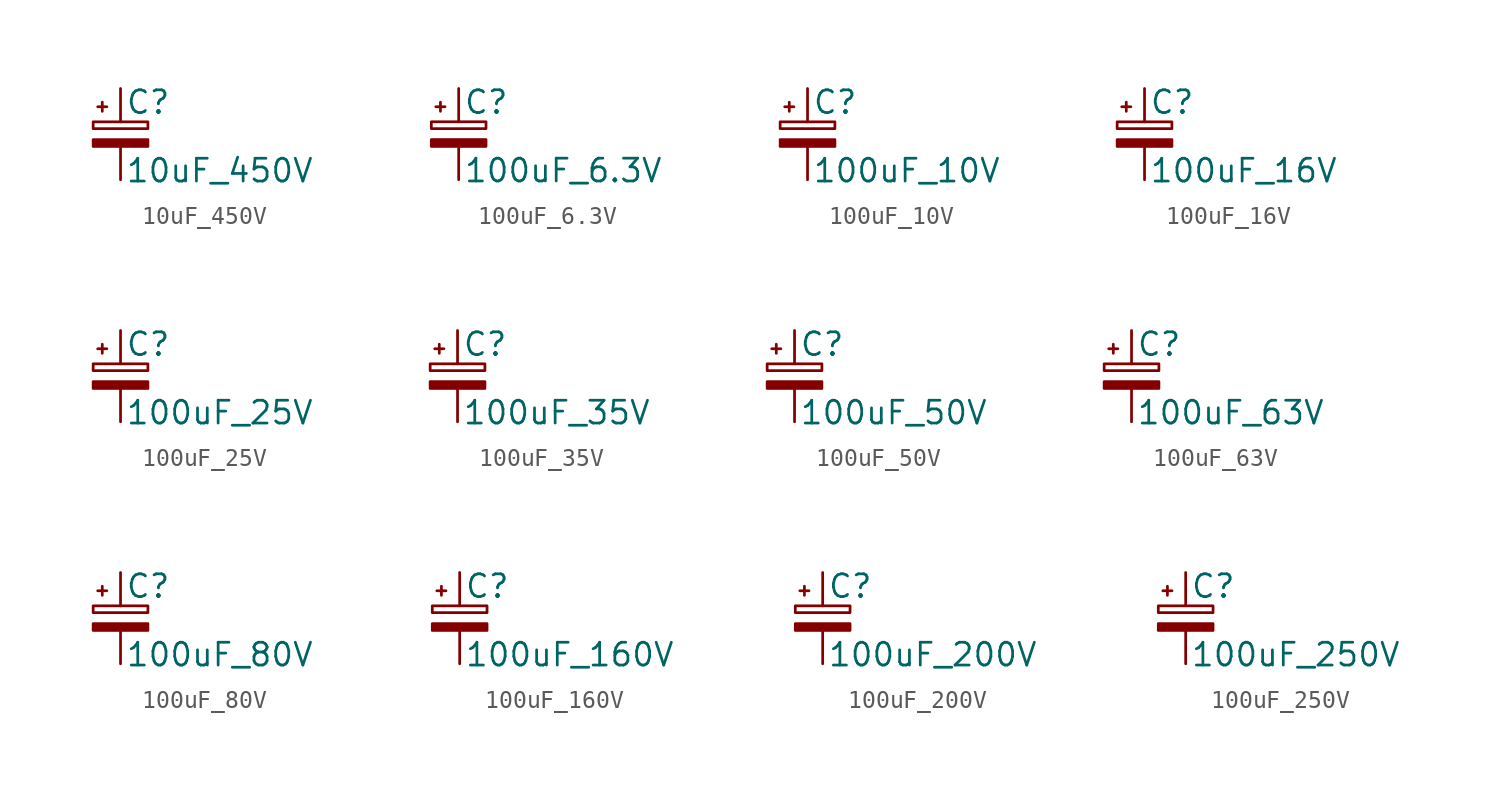
<source format=kicad_sym>
(kicad_symbol_lib
  (version 20211014)
  (generator kicad_symbol_editor)
  (symbol "10uF_450V"
    (pin_numbers hide)
    (pin_names
      (offset 0.254) hide)
    (property "Reference" "C"
      (at 0.254 1.778 0)
      (effects (font (size 1.27 1.27)) (justify left)))
    (property "Value" "10uF_450V"
      (at 0.254 -2.032 0)
      (effects (font (size 1.27 1.27)) (justify left)))
    (symbol "10uF_450V_0_1"
      (rectangle (start -1.524 -0.305) (end 1.524 -0.686) (stroke (width 0) (type default) (color 0 0 0 0)) (fill (type outline)))
      (rectangle (start -1.524 0.686) (end 1.524 0.305) (stroke (width 0) (type default) (color 0 0 0 0)) (fill (type none)))
      (polyline (pts (xy -1.27 1.524) (xy -0.762 1.524)) (stroke (width 0) (type default) (color 0 0 0 0)) (fill (type none)))
      (polyline (pts (xy -1.016 1.27) (xy -1.016 1.778)) (stroke (width 0) (type default) (color 0 0 0 0)) (fill (type none))))
    (symbol "10uF_450V_1_1"
      (pin passive line (at 0 2.54 270) (length 1.854) (name "~" (effects (font (size 1.27 1.27)))) (number "1" (effects (font (size 1.27 1.27)))))
      (pin passive line (at 0 -2.54 90) (length 1.854) (name "~" (effects (font (size 1.27 1.27)))) (number "2" (effects (font (size 1.27 1.27)))))))
  (symbol "100uF_6.3V"
    (pin_numbers hide)
    (pin_names
      (offset 0.254) hide)
    (property "Reference" "C"
      (at 0.254 1.778 0)
      (effects (font (size 1.27 1.27)) (justify left)))
    (property "Value" "100uF_6.3V"
      (at 0.254 -2.032 0)
      (effects (font (size 1.27 1.27)) (justify left)))
    (symbol "100uF_6.3V_0_1"
      (rectangle (start -1.524 -0.305) (end 1.524 -0.686) (stroke (width 0) (type default) (color 0 0 0 0)) (fill (type outline)))
      (rectangle (start -1.524 0.686) (end 1.524 0.305) (stroke (width 0) (type default) (color 0 0 0 0)) (fill (type none)))
      (polyline (pts (xy -1.27 1.524) (xy -0.762 1.524)) (stroke (width 0) (type default) (color 0 0 0 0)) (fill (type none)))
      (polyline (pts (xy -1.016 1.27) (xy -1.016 1.778)) (stroke (width 0) (type default) (color 0 0 0 0)) (fill (type none))))
    (symbol "100uF_6.3V_1_1"
      (pin passive line (at 0 2.54 270) (length 1.854) (name "~" (effects (font (size 1.27 1.27)))) (number "1" (effects (font (size 1.27 1.27)))))
      (pin passive line (at 0 -2.54 90) (length 1.854) (name "~" (effects (font (size 1.27 1.27)))) (number "2" (effects (font (size 1.27 1.27)))))))
  (symbol "100uF_10V"
    (pin_numbers hide)
    (pin_names
      (offset 0.254) hide)
    (property "Reference" "C"
      (at 0.254 1.778 0)
      (effects (font (size 1.27 1.27)) (justify left)))
    (property "Value" "100uF_10V"
      (at 0.254 -2.032 0)
      (effects (font (size 1.27 1.27)) (justify left)))
    (symbol "100uF_10V_0_1"
      (rectangle (start -1.524 -0.305) (end 1.524 -0.686) (stroke (width 0) (type default) (color 0 0 0 0)) (fill (type outline)))
      (rectangle (start -1.524 0.686) (end 1.524 0.305) (stroke (width 0) (type default) (color 0 0 0 0)) (fill (type none)))
      (polyline (pts (xy -1.27 1.524) (xy -0.762 1.524)) (stroke (width 0) (type default) (color 0 0 0 0)) (fill (type none)))
      (polyline (pts (xy -1.016 1.27) (xy -1.016 1.778)) (stroke (width 0) (type default) (color 0 0 0 0)) (fill (type none))))
    (symbol "100uF_10V_1_1"
      (pin passive line (at 0 2.54 270) (length 1.854) (name "~" (effects (font (size 1.27 1.27)))) (number "1" (effects (font (size 1.27 1.27)))))
      (pin passive line (at 0 -2.54 90) (length 1.854) (name "~" (effects (font (size 1.27 1.27)))) (number "2" (effects (font (size 1.27 1.27)))))))
  (symbol "100uF_16V"
    (pin_numbers hide)
    (pin_names
      (offset 0.254) hide)
    (property "Reference" "C"
      (at 0.254 1.778 0)
      (effects (font (size 1.27 1.27)) (justify left)))
    (property "Value" "100uF_16V"
      (at 0.254 -2.032 0)
      (effects (font (size 1.27 1.27)) (justify left)))
    (symbol "100uF_16V_0_1"
      (rectangle (start -1.524 -0.305) (end 1.524 -0.686) (stroke (width 0) (type default) (color 0 0 0 0)) (fill (type outline)))
      (rectangle (start -1.524 0.686) (end 1.524 0.305) (stroke (width 0) (type default) (color 0 0 0 0)) (fill (type none)))
      (polyline (pts (xy -1.27 1.524) (xy -0.762 1.524)) (stroke (width 0) (type default) (color 0 0 0 0)) (fill (type none)))
      (polyline (pts (xy -1.016 1.27) (xy -1.016 1.778)) (stroke (width 0) (type default) (color 0 0 0 0)) (fill (type none))))
    (symbol "100uF_16V_1_1"
      (pin passive line (at 0 2.54 270) (length 1.854) (name "~" (effects (font (size 1.27 1.27)))) (number "1" (effects (font (size 1.27 1.27)))))
      (pin passive line (at 0 -2.54 90) (length 1.854) (name "~" (effects (font (size 1.27 1.27)))) (number "2" (effects (font (size 1.27 1.27)))))))
  (symbol "100uF_25V"
    (pin_numbers hide)
    (pin_names
      (offset 0.254) hide)
    (property "Reference" "C"
      (at 0.254 1.778 0)
      (effects (font (size 1.27 1.27)) (justify left)))
    (property "Value" "100uF_25V"
      (at 0.254 -2.032 0)
      (effects (font (size 1.27 1.27)) (justify left)))
    (symbol "100uF_25V_0_1"
      (rectangle (start -1.524 -0.305) (end 1.524 -0.686) (stroke (width 0) (type default) (color 0 0 0 0)) (fill (type outline)))
      (rectangle (start -1.524 0.686) (end 1.524 0.305) (stroke (width 0) (type default) (color 0 0 0 0)) (fill (type none)))
      (polyline (pts (xy -1.27 1.524) (xy -0.762 1.524)) (stroke (width 0) (type default) (color 0 0 0 0)) (fill (type none)))
      (polyline (pts (xy -1.016 1.27) (xy -1.016 1.778)) (stroke (width 0) (type default) (color 0 0 0 0)) (fill (type none))))
    (symbol "100uF_25V_1_1"
      (pin passive line (at 0 2.54 270) (length 1.854) (name "~" (effects (font (size 1.27 1.27)))) (number "1" (effects (font (size 1.27 1.27)))))
      (pin passive line (at 0 -2.54 90) (length 1.854) (name "~" (effects (font (size 1.27 1.27)))) (number "2" (effects (font (size 1.27 1.27)))))))
  (symbol "100uF_35V"
    (pin_numbers hide)
    (pin_names
      (offset 0.254) hide)
    (property "Reference" "C"
      (at 0.254 1.778 0)
      (effects (font (size 1.27 1.27)) (justify left)))
    (property "Value" "100uF_35V"
      (at 0.254 -2.032 0)
      (effects (font (size 1.27 1.27)) (justify left)))
    (symbol "100uF_35V_0_1"
      (rectangle (start -1.524 -0.305) (end 1.524 -0.686) (stroke (width 0) (type default) (color 0 0 0 0)) (fill (type outline)))
      (rectangle (start -1.524 0.686) (end 1.524 0.305) (stroke (width 0) (type default) (color 0 0 0 0)) (fill (type none)))
      (polyline (pts (xy -1.27 1.524) (xy -0.762 1.524)) (stroke (width 0) (type default) (color 0 0 0 0)) (fill (type none)))
      (polyline (pts (xy -1.016 1.27) (xy -1.016 1.778)) (stroke (width 0) (type default) (color 0 0 0 0)) (fill (type none))))
    (symbol "100uF_35V_1_1"
      (pin passive line (at 0 2.54 270) (length 1.854) (name "~" (effects (font (size 1.27 1.27)))) (number "1" (effects (font (size 1.27 1.27)))))
      (pin passive line (at 0 -2.54 90) (length 1.854) (name "~" (effects (font (size 1.27 1.27)))) (number "2" (effects (font (size 1.27 1.27)))))))
  (symbol "100uF_50V"
    (pin_numbers hide)
    (pin_names
      (offset 0.254) hide)
    (property "Reference" "C"
      (at 0.254 1.778 0)
      (effects (font (size 1.27 1.27)) (justify left)))
    (property "Value" "100uF_50V"
      (at 0.254 -2.032 0)
      (effects (font (size 1.27 1.27)) (justify left)))
    (symbol "100uF_50V_0_1"
      (rectangle (start -1.524 -0.305) (end 1.524 -0.686) (stroke (width 0) (type default) (color 0 0 0 0)) (fill (type outline)))
      (rectangle (start -1.524 0.686) (end 1.524 0.305) (stroke (width 0) (type default) (color 0 0 0 0)) (fill (type none)))
      (polyline (pts (xy -1.27 1.524) (xy -0.762 1.524)) (stroke (width 0) (type default) (color 0 0 0 0)) (fill (type none)))
      (polyline (pts (xy -1.016 1.27) (xy -1.016 1.778)) (stroke (width 0) (type default) (color 0 0 0 0)) (fill (type none))))
    (symbol "100uF_50V_1_1"
      (pin passive line (at 0 2.54 270) (length 1.854) (name "~" (effects (font (size 1.27 1.27)))) (number "1" (effects (font (size 1.27 1.27)))))
      (pin passive line (at 0 -2.54 90) (length 1.854) (name "~" (effects (font (size 1.27 1.27)))) (number "2" (effects (font (size 1.27 1.27)))))))
  (symbol "100uF_63V"
    (pin_numbers hide)
    (pin_names
      (offset 0.254) hide)
    (property "Reference" "C"
      (at 0.254 1.778 0)
      (effects (font (size 1.27 1.27)) (justify left)))
    (property "Value" "100uF_63V"
      (at 0.254 -2.032 0)
      (effects (font (size 1.27 1.27)) (justify left)))
    (symbol "100uF_63V_0_1"
      (rectangle (start -1.524 -0.305) (end 1.524 -0.686) (stroke (width 0) (type default) (color 0 0 0 0)) (fill (type outline)))
      (rectangle (start -1.524 0.686) (end 1.524 0.305) (stroke (width 0) (type default) (color 0 0 0 0)) (fill (type none)))
      (polyline (pts (xy -1.27 1.524) (xy -0.762 1.524)) (stroke (width 0) (type default) (color 0 0 0 0)) (fill (type none)))
      (polyline (pts (xy -1.016 1.27) (xy -1.016 1.778)) (stroke (width 0) (type default) (color 0 0 0 0)) (fill (type none))))
    (symbol "100uF_63V_1_1"
      (pin passive line (at 0 2.54 270) (length 1.854) (name "~" (effects (font (size 1.27 1.27)))) (number "1" (effects (font (size 1.27 1.27)))))
      (pin passive line (at 0 -2.54 90) (length 1.854) (name "~" (effects (font (size 1.27 1.27)))) (number "2" (effects (font (size 1.27 1.27)))))))
  (symbol "100uF_80V"
    (pin_numbers hide)
    (pin_names
      (offset 0.254) hide)
    (property "Reference" "C"
      (at 0.254 1.778 0)
      (effects (font (size 1.27 1.27)) (justify left)))
    (property "Value" "100uF_80V"
      (at 0.254 -2.032 0)
      (effects (font (size 1.27 1.27)) (justify left)))
    (symbol "100uF_80V_0_1"
      (rectangle (start -1.524 -0.305) (end 1.524 -0.686) (stroke (width 0) (type default) (color 0 0 0 0)) (fill (type outline)))
      (rectangle (start -1.524 0.686) (end 1.524 0.305) (stroke (width 0) (type default) (color 0 0 0 0)) (fill (type none)))
      (polyline (pts (xy -1.27 1.524) (xy -0.762 1.524)) (stroke (width 0) (type default) (color 0 0 0 0)) (fill (type none)))
      (polyline (pts (xy -1.016 1.27) (xy -1.016 1.778)) (stroke (width 0) (type default) (color 0 0 0 0)) (fill (type none))))
    (symbol "100uF_80V_1_1"
      (pin passive line (at 0 2.54 270) (length 1.854) (name "~" (effects (font (size 1.27 1.27)))) (number "1" (effects (font (size 1.27 1.27)))))
      (pin passive line (at 0 -2.54 90) (length 1.854) (name "~" (effects (font (size 1.27 1.27)))) (number "2" (effects (font (size 1.27 1.27)))))))
  (symbol "100uF_160V"
    (pin_numbers hide)
    (pin_names
      (offset 0.254) hide)
    (property "Reference" "C"
      (at 0.254 1.778 0)
      (effects (font (size 1.27 1.27)) (justify left)))
    (property "Value" "100uF_160V"
      (at 0.254 -2.032 0)
      (effects (font (size 1.27 1.27)) (justify left)))
    (symbol "100uF_160V_0_1"
      (rectangle (start -1.524 -0.305) (end 1.524 -0.686) (stroke (width 0) (type default) (color 0 0 0 0)) (fill (type outline)))
      (rectangle (start -1.524 0.686) (end 1.524 0.305) (stroke (width 0) (type default) (color 0 0 0 0)) (fill (type none)))
      (polyline (pts (xy -1.27 1.524) (xy -0.762 1.524)) (stroke (width 0) (type default) (color 0 0 0 0)) (fill (type none)))
      (polyline (pts (xy -1.016 1.27) (xy -1.016 1.778)) (stroke (width 0) (type default) (color 0 0 0 0)) (fill (type none))))
    (symbol "100uF_160V_1_1"
      (pin passive line (at 0 2.54 270) (length 1.854) (name "~" (effects (font (size 1.27 1.27)))) (number "1" (effects (font (size 1.27 1.27)))))
      (pin passive line (at 0 -2.54 90) (length 1.854) (name "~" (effects (font (size 1.27 1.27)))) (number "2" (effects (font (size 1.27 1.27)))))))
  (symbol "100uF_200V"
    (pin_numbers hide)
    (pin_names
      (offset 0.254) hide)
    (property "Reference" "C"
      (at 0.254 1.778 0)
      (effects (font (size 1.27 1.27)) (justify left)))
    (property "Value" "100uF_200V"
      (at 0.254 -2.032 0)
      (effects (font (size 1.27 1.27)) (justify left)))
    (symbol "100uF_200V_0_1"
      (rectangle (start -1.524 -0.305) (end 1.524 -0.686) (stroke (width 0) (type default) (color 0 0 0 0)) (fill (type outline)))
      (rectangle (start -1.524 0.686) (end 1.524 0.305) (stroke (width 0) (type default) (color 0 0 0 0)) (fill (type none)))
      (polyline (pts (xy -1.27 1.524) (xy -0.762 1.524)) (stroke (width 0) (type default) (color 0 0 0 0)) (fill (type none)))
      (polyline (pts (xy -1.016 1.27) (xy -1.016 1.778)) (stroke (width 0) (type default) (color 0 0 0 0)) (fill (type none))))
    (symbol "100uF_200V_1_1"
      (pin passive line (at 0 2.54 270) (length 1.854) (name "~" (effects (font (size 1.27 1.27)))) (number "1" (effects (font (size 1.27 1.27)))))
      (pin passive line (at 0 -2.54 90) (length 1.854) (name "~" (effects (font (size 1.27 1.27)))) (number "2" (effects (font (size 1.27 1.27)))))))
  (symbol "100uF_250V"
    (pin_numbers hide)
    (pin_names
      (offset 0.254) hide)
    (property "Reference" "C"
      (at 0.254 1.778 0)
      (effects (font (size 1.27 1.27)) (justify left)))
    (property "Value" "100uF_250V"
      (at 0.254 -2.032 0)
      (effects (font (size 1.27 1.27)) (justify left)))
    (symbol "100uF_250V_0_1"
      (rectangle (start -1.524 -0.305) (end 1.524 -0.686) (stroke (width 0) (type default) (color 0 0 0 0)) (fill (type outline)))
      (rectangle (start -1.524 0.686) (end 1.524 0.305) (stroke (width 0) (type default) (color 0 0 0 0)) (fill (type none)))
      (polyline (pts (xy -1.27 1.524) (xy -0.762 1.524)) (stroke (width 0) (type default) (color 0 0 0 0)) (fill (type none)))
      (polyline (pts (xy -1.016 1.27) (xy -1.016 1.778)) (stroke (width 0) (type default) (color 0 0 0 0)) (fill (type none))))
    (symbol "100uF_250V_1_1"
      (pin passive line (at 0 2.54 270) (length 1.854) (name "~" (effects (font (size 1.27 1.27)))) (number "1" (effects (font (size 1.27 1.27)))))
      (pin passive line (at 0 -2.54 90) (length 1.854) (name "~" (effects (font (size 1.27 1.27)))) (number "2" (effects (font (size 1.27 1.27))))))))
</source>
